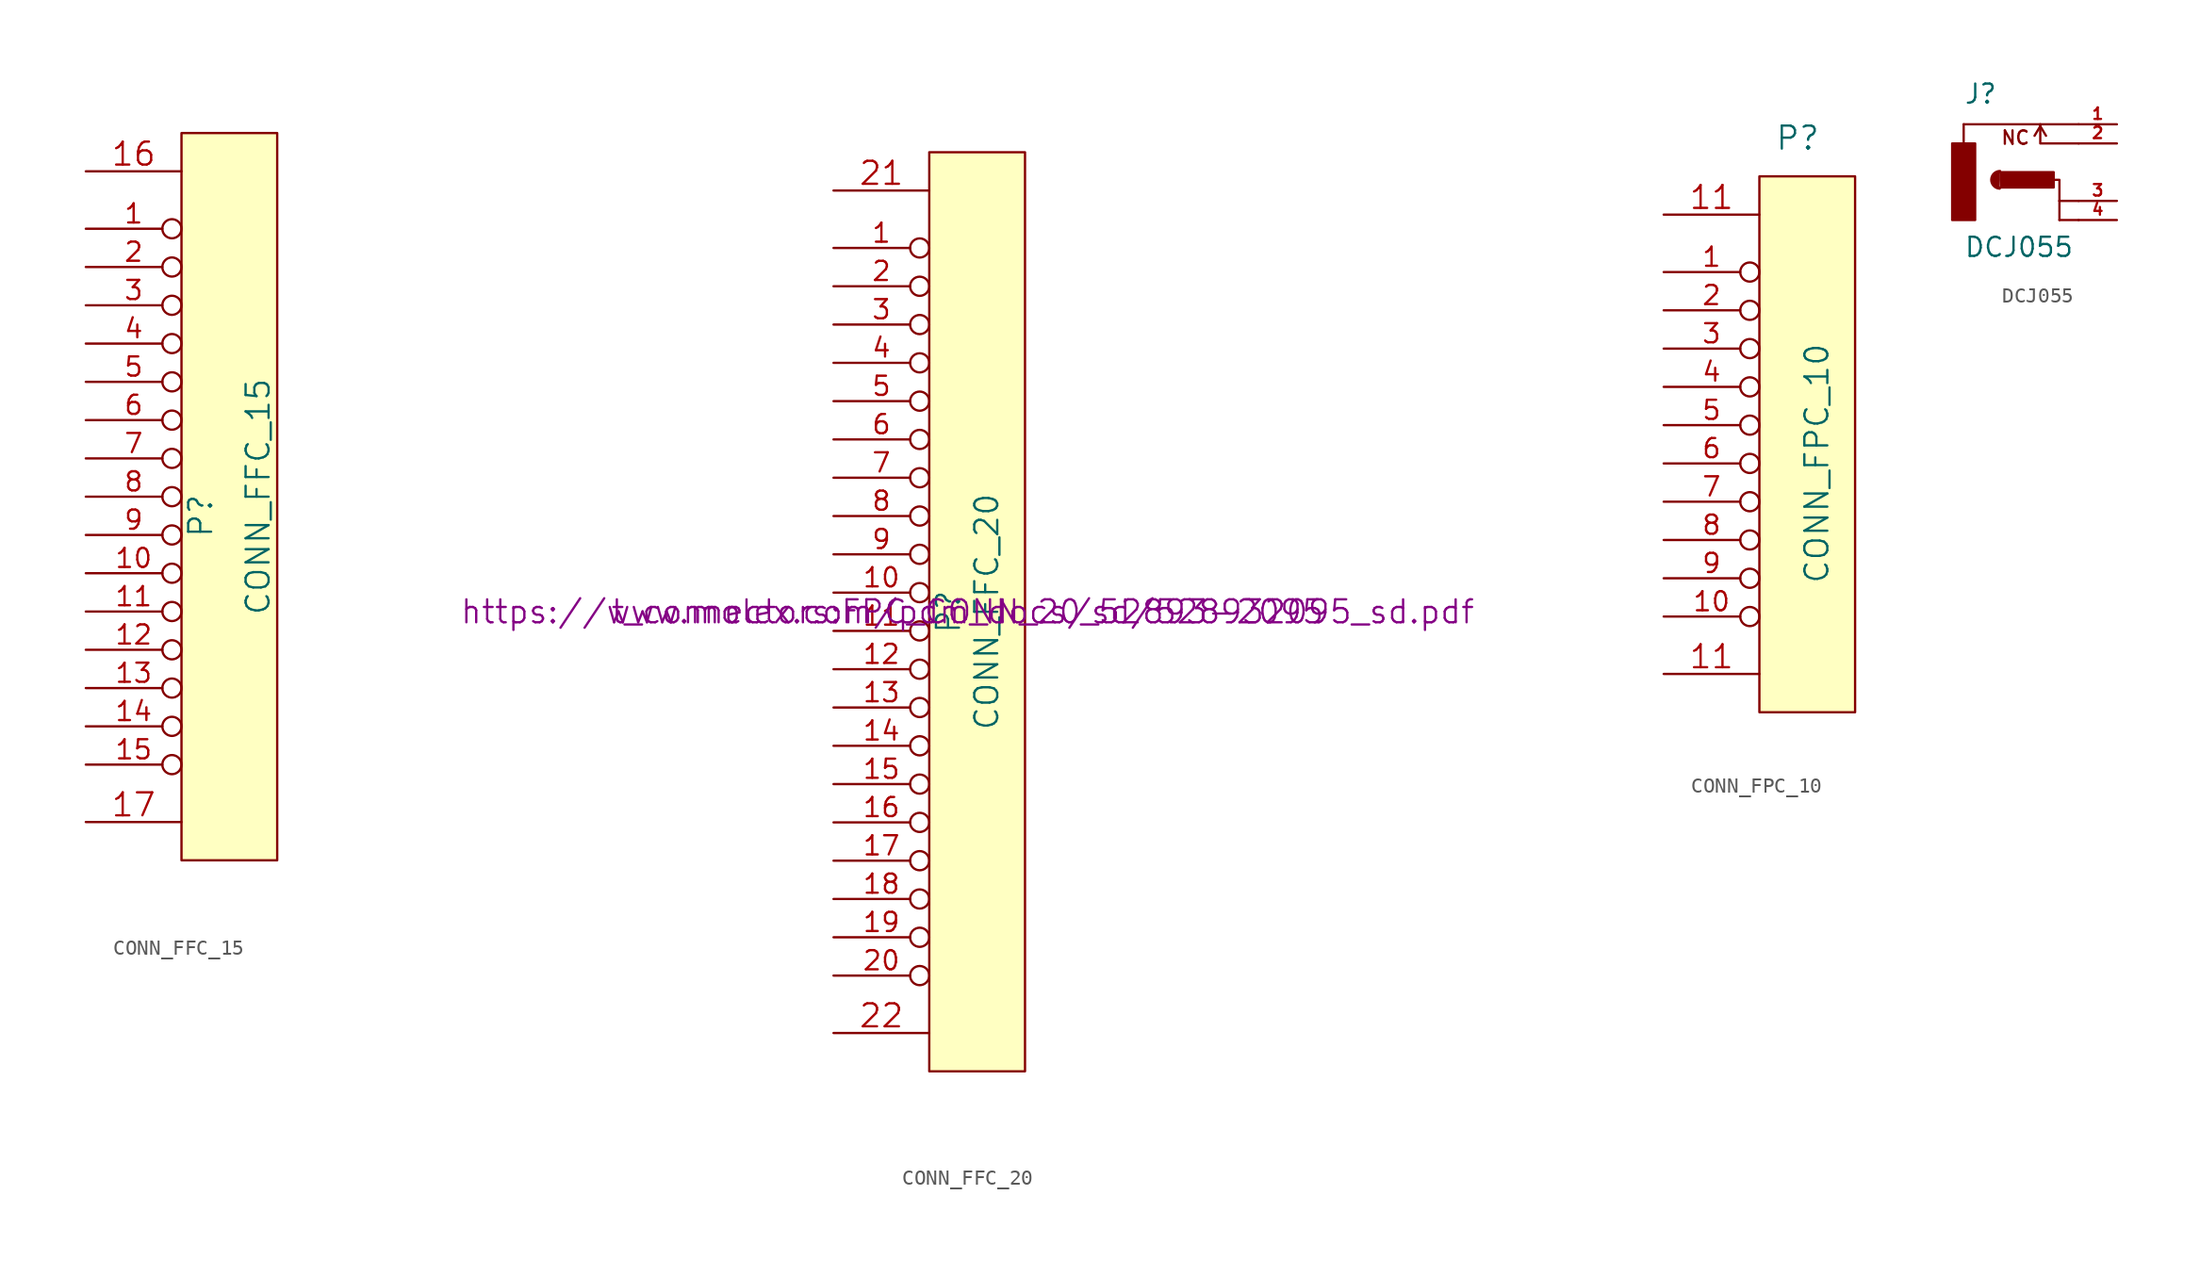
<source format=kicad_sym>
(kicad_symbol_lib
  (version 20231120)
  (generator "kicad_symbol_editor")
  (generator_version "8.0")
  (symbol "CONN_FFC_15"
    (pin_names
      (offset 1.016) hide)
    (property "Reference" "P"
      (at 1.27 -1.27 90)
      (effects (font (size 1.524 1.524))))
    (property "Value" "CONN_FFC_15"
      (at 5.08 0 90)
      (effects (font (size 1.524 1.524))))
    (property "Footprint" ""
      (at 2.54 -6.35 0)
      (effects (font (size 1.524 1.524))))
    (property "Datasheet" ""
      (at 2.54 -6.35 0)
      (effects (font (size 1.524 1.524))))
    (symbol "CONN_FFC_15_0_1"
      (rectangle (start 0 -24.13) (end 6.35 24.13) (stroke (width 0) (type default)) (fill (type background))))
    (symbol "CONN_FFC_15_1_1"
      (pin passive inverted (at -6.35 17.78 0) (length 6.35) (name "P1" (effects (font (size 1.27 1.27)))) (number "1" (effects (font (size 1.27 1.27)))))
      (pin passive inverted (at -6.35 -5.08 0) (length 6.35) (name "P10" (effects (font (size 1.27 1.27)))) (number "10" (effects (font (size 1.27 1.27)))))
      (pin passive inverted (at -6.35 -7.62 0) (length 6.35) (name "P11" (effects (font (size 1.27 1.27)))) (number "11" (effects (font (size 1.27 1.27)))))
      (pin passive inverted (at -6.35 -10.16 0) (length 6.35) (name "P12" (effects (font (size 1.27 1.27)))) (number "12" (effects (font (size 1.27 1.27)))))
      (pin passive inverted (at -6.35 -12.7 0) (length 6.35) (name "P13" (effects (font (size 1.27 1.27)))) (number "13" (effects (font (size 1.27 1.27)))))
      (pin passive inverted (at -6.35 -15.24 0) (length 6.35) (name "P14" (effects (font (size 1.27 1.27)))) (number "14" (effects (font (size 1.27 1.27)))))
      (pin passive inverted (at -6.35 -17.78 0) (length 6.35) (name "P15" (effects (font (size 1.27 1.27)))) (number "15" (effects (font (size 1.27 1.27)))))
      (pin input line (at -6.35 21.59 0) (length 6.35) (name "MTG" (effects (font (size 1.524 1.524)))) (number "16" (effects (font (size 1.524 1.524)))))
      (pin input line (at -6.35 -21.59 0) (length 6.35) (name "MTG" (effects (font (size 1.524 1.524)))) (number "17" (effects (font (size 1.524 1.524)))))
      (pin passive inverted (at -6.35 15.24 0) (length 6.35) (name "P2" (effects (font (size 1.27 1.27)))) (number "2" (effects (font (size 1.27 1.27)))))
      (pin passive inverted (at -6.35 12.7 0) (length 6.35) (name "P3" (effects (font (size 1.27 1.27)))) (number "3" (effects (font (size 1.27 1.27)))))
      (pin passive inverted (at -6.35 10.16 0) (length 6.35) (name "P4" (effects (font (size 1.27 1.27)))) (number "4" (effects (font (size 1.27 1.27)))))
      (pin passive inverted (at -6.35 7.62 0) (length 6.35) (name "P5" (effects (font (size 1.27 1.27)))) (number "5" (effects (font (size 1.27 1.27)))))
      (pin passive inverted (at -6.35 5.08 0) (length 6.35) (name "P6" (effects (font (size 1.27 1.27)))) (number "6" (effects (font (size 1.27 1.27)))))
      (pin passive inverted (at -6.35 2.54 0) (length 6.35) (name "P7" (effects (font (size 1.27 1.27)))) (number "7" (effects (font (size 1.27 1.27)))))
      (pin passive inverted (at -6.35 0 0) (length 6.35) (name "P8" (effects (font (size 1.27 1.27)))) (number "8" (effects (font (size 1.27 1.27)))))
      (pin passive inverted (at -6.35 -2.54 0) (length 6.35) (name "P9" (effects (font (size 1.27 1.27)))) (number "9" (effects (font (size 1.27 1.27)))))))
  (symbol "CONN_FFC_20"
    (pin_names
      (offset 1.016) hide)
    (property "Reference" "P"
      (at -1.27 0 90)
      (effects (font (size 1.524 1.524))))
    (property "Value" "CONN_FFC_20"
      (at 1.27 0 90)
      (effects (font (size 1.524 1.524))))
    (property "Footprint" "t_connectors:FPC_CONN_20_52893-2095"
      (at 0 0 0)
      (effects (font (size 1.524 1.524))))
    (property "Datasheet" "https://www.molex.com/pdm_docs/sd/528932095_sd.pdf"
      (at 0 0 0)
      (effects (font (size 1.524 1.524))))
    (symbol "CONN_FFC_20_0_1"
      (rectangle (start -2.54 -30.48) (end 3.81 30.48) (stroke (width 0) (type default)) (fill (type background))))
    (symbol "CONN_FFC_20_1_1"
      (pin passive inverted (at -8.89 24.13 0) (length 6.35) (name "P1" (effects (font (size 1.27 1.27)))) (number "1" (effects (font (size 1.27 1.27)))))
      (pin passive inverted (at -8.89 1.27 0) (length 6.35) (name "P10" (effects (font (size 1.27 1.27)))) (number "10" (effects (font (size 1.27 1.27)))))
      (pin passive inverted (at -8.89 -1.27 0) (length 6.35) (name "P11" (effects (font (size 1.27 1.27)))) (number "11" (effects (font (size 1.27 1.27)))))
      (pin passive inverted (at -8.89 -3.81 0) (length 6.35) (name "P12" (effects (font (size 1.27 1.27)))) (number "12" (effects (font (size 1.27 1.27)))))
      (pin passive inverted (at -8.89 -6.35 0) (length 6.35) (name "P13" (effects (font (size 1.27 1.27)))) (number "13" (effects (font (size 1.27 1.27)))))
      (pin passive inverted (at -8.89 -8.89 0) (length 6.35) (name "P14" (effects (font (size 1.27 1.27)))) (number "14" (effects (font (size 1.27 1.27)))))
      (pin passive inverted (at -8.89 -11.43 0) (length 6.35) (name "P15" (effects (font (size 1.27 1.27)))) (number "15" (effects (font (size 1.27 1.27)))))
      (pin passive inverted (at -8.89 -13.97 0) (length 6.35) (name "P16" (effects (font (size 1.27 1.27)))) (number "16" (effects (font (size 1.27 1.27)))))
      (pin passive inverted (at -8.89 -16.51 0) (length 6.35) (name "P17" (effects (font (size 1.27 1.27)))) (number "17" (effects (font (size 1.27 1.27)))))
      (pin passive inverted (at -8.89 -19.05 0) (length 6.35) (name "P18" (effects (font (size 1.27 1.27)))) (number "18" (effects (font (size 1.27 1.27)))))
      (pin passive inverted (at -8.89 -21.59 0) (length 6.35) (name "P19" (effects (font (size 1.27 1.27)))) (number "19" (effects (font (size 1.27 1.27)))))
      (pin passive inverted (at -8.89 21.59 0) (length 6.35) (name "P2" (effects (font (size 1.27 1.27)))) (number "2" (effects (font (size 1.27 1.27)))))
      (pin passive inverted (at -8.89 -24.13 0) (length 6.35) (name "P20" (effects (font (size 1.27 1.27)))) (number "20" (effects (font (size 1.27 1.27)))))
      (pin input line (at -8.89 27.94 0) (length 6.35) (name "MTG" (effects (font (size 1.524 1.524)))) (number "21" (effects (font (size 1.524 1.524)))))
      (pin input line (at -8.89 -27.94 0) (length 6.35) (name "MTG" (effects (font (size 1.524 1.524)))) (number "22" (effects (font (size 1.524 1.524)))))
      (pin passive inverted (at -8.89 19.05 0) (length 6.35) (name "P3" (effects (font (size 1.27 1.27)))) (number "3" (effects (font (size 1.27 1.27)))))
      (pin passive inverted (at -8.89 16.51 0) (length 6.35) (name "P4" (effects (font (size 1.27 1.27)))) (number "4" (effects (font (size 1.27 1.27)))))
      (pin passive inverted (at -8.89 13.97 0) (length 6.35) (name "P5" (effects (font (size 1.27 1.27)))) (number "5" (effects (font (size 1.27 1.27)))))
      (pin passive inverted (at -8.89 11.43 0) (length 6.35) (name "P6" (effects (font (size 1.27 1.27)))) (number "6" (effects (font (size 1.27 1.27)))))
      (pin passive inverted (at -8.89 8.89 0) (length 6.35) (name "P7" (effects (font (size 1.27 1.27)))) (number "7" (effects (font (size 1.27 1.27)))))
      (pin passive inverted (at -8.89 6.35 0) (length 6.35) (name "P8" (effects (font (size 1.27 1.27)))) (number "8" (effects (font (size 1.27 1.27)))))
      (pin passive inverted (at -8.89 3.81 0) (length 6.35) (name "P9" (effects (font (size 1.27 1.27)))) (number "9" (effects (font (size 1.27 1.27)))))))
  (symbol "CONN_FPC_10"
    (pin_names
      (offset 1.016) hide)
    (property "Reference" "P"
      (at 0 20.32 0)
      (effects (font (size 1.524 1.524))))
    (property "Value" "CONN_FPC_10"
      (at 1.27 -1.27 90)
      (effects (font (size 1.524 1.524))))
    (symbol "CONN_FPC_10_0_1"
      (rectangle (start -2.54 -17.78) (end 3.81 17.78) (stroke (width 0) (type default)) (fill (type background))))
    (symbol "CONN_FPC_10_1_1"
      (pin passive inverted (at -8.89 11.43 0) (length 6.35) (name "P1" (effects (font (size 1.27 1.27)))) (number "1" (effects (font (size 1.27 1.27)))))
      (pin passive inverted (at -8.89 -11.43 0) (length 6.35) (name "P10" (effects (font (size 1.27 1.27)))) (number "10" (effects (font (size 1.27 1.27)))))
      (pin passive line (at -8.89 -15.24 0) (length 6.35) (name "MTG" (effects (font (size 1.524 1.524)))) (number "11" (effects (font (size 1.524 1.524)))))
      (pin passive line (at -8.89 15.24 0) (length 6.35) (name "MTG" (effects (font (size 1.524 1.524)))) (number "11" (effects (font (size 1.524 1.524)))))
      (pin passive inverted (at -8.89 8.89 0) (length 6.35) (name "P2" (effects (font (size 1.27 1.27)))) (number "2" (effects (font (size 1.27 1.27)))))
      (pin passive inverted (at -8.89 6.35 0) (length 6.35) (name "P3" (effects (font (size 1.27 1.27)))) (number "3" (effects (font (size 1.27 1.27)))))
      (pin passive inverted (at -8.89 3.81 0) (length 6.35) (name "P4" (effects (font (size 1.27 1.27)))) (number "4" (effects (font (size 1.27 1.27)))))
      (pin passive inverted (at -8.89 1.27 0) (length 6.35) (name "P5" (effects (font (size 1.27 1.27)))) (number "5" (effects (font (size 1.27 1.27)))))
      (pin passive inverted (at -8.89 -1.27 0) (length 6.35) (name "P6" (effects (font (size 1.27 1.27)))) (number "6" (effects (font (size 1.27 1.27)))))
      (pin passive inverted (at -8.89 -3.81 0) (length 6.35) (name "P7" (effects (font (size 1.27 1.27)))) (number "7" (effects (font (size 1.27 1.27)))))
      (pin passive inverted (at -8.89 -6.35 0) (length 6.35) (name "P8" (effects (font (size 1.27 1.27)))) (number "8" (effects (font (size 1.27 1.27)))))
      (pin passive inverted (at -8.89 -8.89 0) (length 6.35) (name "P9" (effects (font (size 1.27 1.27)))) (number "9" (effects (font (size 1.27 1.27)))))))
  (symbol "DCJ055"
    (pin_names
      (offset 1.016) hide)
    (property "Reference" "J"
      (at -2.54 3.81 0)
      (effects (font (size 1.27 1.27)) (justify left bottom)))
    (property "Value" "DCJ055"
      (at -2.54 -6.35 0)
      (effects (font (size 1.27 1.27)) (justify left bottom)))
    (property "Datasheet" ""
      (at 0 0 0)
      (effects (font (size 1.524 1.524))))
    (symbol "DCJ055_0_0"
      (arc (start -0.127 -0.5588) (mid -0.7111 -1.1303) (end -0.1524 -1.7272) (stroke (width 0) (type default)) (fill (type outline)))
      (polyline (pts (xy 5.08 -3.81) (xy 3.81 -3.81)) (stroke (width 0) (type default)) (fill (type none)))
      (polyline (pts (xy 5.08 -2.54) (xy 3.81 -2.54)) (stroke (width 0) (type default)) (fill (type none)))
      (polyline (pts (xy 3.81 -2.54) (xy 3.81 -1.143) (xy 3.429 -1.143)) (stroke (width 0) (type default)) (fill (type none)))
      (polyline (pts (xy -0.127 -0.635) (xy 2.667 -0.635) (xy 3.429 -0.635) (xy 3.429 -1.651) (xy -0.127 -1.651)) (stroke (width 0) (type default)) (fill (type outline)))
      (text "NC" (at 0.889 1.651 0) (effects (font (size 0.889 0.889)))))
    (symbol "DCJ055_0_1"
      (polyline (pts (xy 2.159 1.778) (xy 2.54 2.413)) (stroke (width 0) (type default)) (fill (type none)))
      (polyline (pts (xy 2.54 2.413) (xy 2.921 1.778)) (stroke (width 0) (type default)) (fill (type none)))
      (polyline (pts (xy 5.08 1.27) (xy 2.54 1.27) (xy 2.54 2.54)) (stroke (width 0) (type default)) (fill (type none))))
    (symbol "DCJ055_1_0"
      (polyline (pts (xy -2.54 2.54) (xy -2.54 1.27)) (stroke (width 0) (type default)) (fill (type none)))
      (polyline (pts (xy 3.81 -2.54) (xy 3.81 -3.81)) (stroke (width 0) (type default)) (fill (type none)))
      (polyline (pts (xy 5.08 2.54) (xy -2.54 2.54)) (stroke (width 0) (type default)) (fill (type none))))
    (symbol "DCJ055_1_1"
      (rectangle (start -3.302 -3.81) (end -1.778 1.27) (stroke (width 0) (type default)) (fill (type outline)))
      (pin passive line (at 7.62 2.54 180) (length 2.54) (name "1" (effects (font (size 1.016 1.016)))) (number "1" (effects (font (size 0.762 0.762)))))
      (pin input line (at 7.62 1.27 180) (length 2.54) (name "2" (effects (font (size 1.016 1.016)))) (number "2" (effects (font (size 0.762 0.762)))))
      (pin passive line (at 7.62 -2.54 180) (length 2.54) (name "3" (effects (font (size 1.016 1.016)))) (number "3" (effects (font (size 0.762 0.762)))))
      (pin passive line (at 7.62 -3.81 180) (length 2.54) (name "4" (effects (font (size 1.016 1.016)))) (number "4" (effects (font (size 0.762 0.762))))))))
</source>
